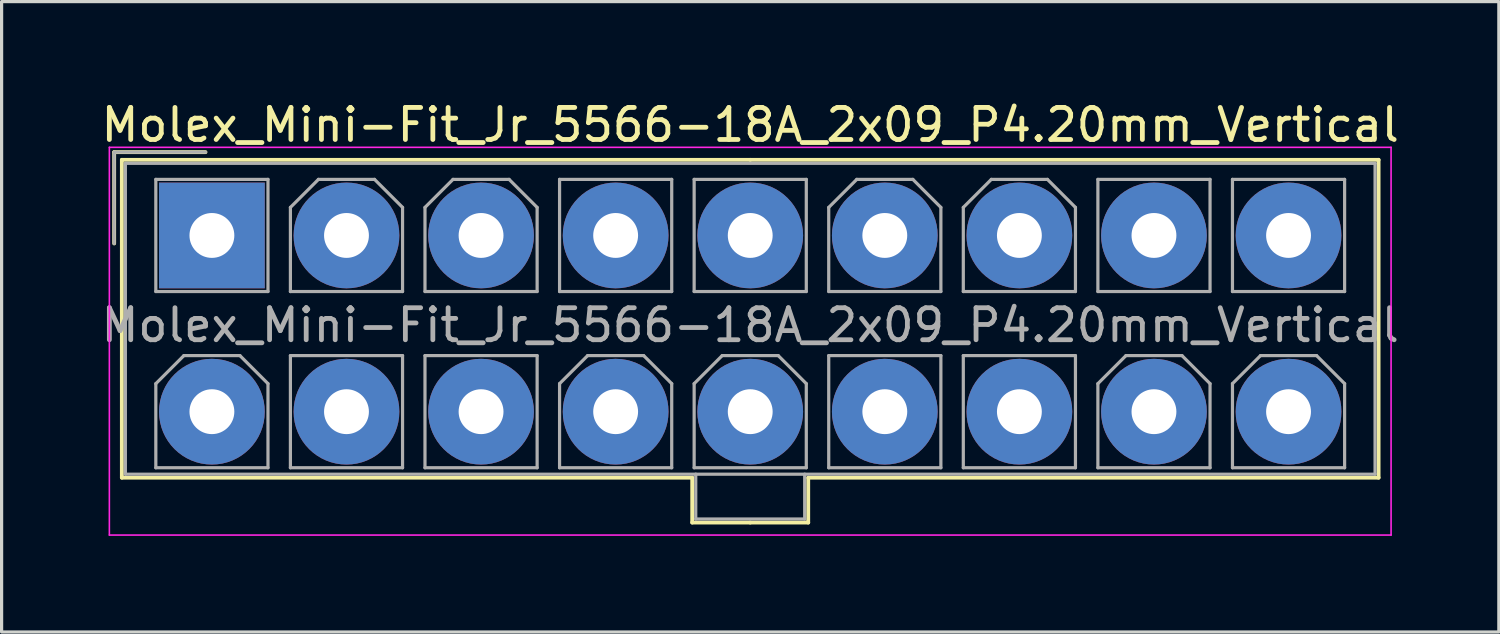
<source format=kicad_pcb>
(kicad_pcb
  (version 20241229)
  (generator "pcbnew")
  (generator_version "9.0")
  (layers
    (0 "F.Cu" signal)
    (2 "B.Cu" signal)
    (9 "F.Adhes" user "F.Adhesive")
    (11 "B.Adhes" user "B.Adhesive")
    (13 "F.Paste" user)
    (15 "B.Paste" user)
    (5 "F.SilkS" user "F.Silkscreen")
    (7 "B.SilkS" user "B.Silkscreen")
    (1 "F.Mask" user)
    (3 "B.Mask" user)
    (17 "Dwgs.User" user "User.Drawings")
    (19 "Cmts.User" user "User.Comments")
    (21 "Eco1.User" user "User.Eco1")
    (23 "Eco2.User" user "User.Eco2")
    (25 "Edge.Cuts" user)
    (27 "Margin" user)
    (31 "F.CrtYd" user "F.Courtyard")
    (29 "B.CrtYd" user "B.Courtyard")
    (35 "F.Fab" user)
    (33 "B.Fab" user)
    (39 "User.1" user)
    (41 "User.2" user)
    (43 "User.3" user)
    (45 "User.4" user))
  (footprint "Molex_Mini-Fit_Jr_5566-18A_2x09_P4.20mm_Vertical"
    (layer "F.Cu")
    (at 3.563 4.298)
    (property "Reference" "Molex_Mini-Fit_Jr_5566-18A_2x09_P4.20mm_Vertical" (at 16.8 -3.45 0) (layer "F.SilkS") (effects (font (size 1 1) (thickness 0.15))))
    (attr through_hole)
    (fp_line (start -3.05 -2.6) (end -3.05 0.25) (stroke (width 0.12) (type solid)) (layer "F.SilkS"))
    (fp_line (start -2.81 -2.36) (end -2.81 7.56) (stroke (width 0.12) (type solid)) (layer "F.SilkS"))
    (fp_line (start -2.81 7.56) (end 14.99 7.56) (stroke (width 0.12) (type solid)) (layer "F.SilkS"))
    (fp_line (start -0.2 -2.6) (end -3.05 -2.6) (stroke (width 0.12) (type solid)) (layer "F.SilkS"))
    (fp_line (start 14.99 7.56) (end 14.99 8.96) (stroke (width 0.12) (type solid)) (layer "F.SilkS"))
    (fp_line (start 14.99 8.96) (end 16.8 8.96) (stroke (width 0.12) (type solid)) (layer "F.SilkS"))
    (fp_line (start 16.8 -2.36) (end -2.81 -2.36) (stroke (width 0.12) (type solid)) (layer "F.SilkS"))
    (fp_line (start 16.8 -2.36) (end 36.41 -2.36) (stroke (width 0.12) (type solid)) (layer "F.SilkS"))
    (fp_line (start 18.61 7.56) (end 18.61 8.96) (stroke (width 0.12) (type solid)) (layer "F.SilkS"))
    (fp_line (start 18.61 8.96) (end 16.8 8.96) (stroke (width 0.12) (type solid)) (layer "F.SilkS"))
    (fp_line (start 36.41 -2.36) (end 36.41 7.56) (stroke (width 0.12) (type solid)) (layer "F.SilkS"))
    (fp_line (start 36.41 7.56) (end 18.61 7.56) (stroke (width 0.12) (type solid)) (layer "F.SilkS"))
    (fp_line (start -3.2 -2.75) (end -3.2 9.35) (stroke (width 0.05) (type solid)) (layer "F.CrtYd"))
    (fp_line (start -3.2 9.35) (end 36.8 9.35) (stroke (width 0.05) (type solid)) (layer "F.CrtYd"))
    (fp_line (start 36.8 -2.75) (end -3.2 -2.75) (stroke (width 0.05) (type solid)) (layer "F.CrtYd"))
    (fp_line (start 36.8 9.35) (end 36.8 -2.75) (stroke (width 0.05) (type solid)) (layer "F.CrtYd"))
    (fp_line (start -3.05 -2.6) (end -3.05 0.25) (stroke (width 0.1) (type solid)) (layer "F.Fab"))
    (fp_line (start -2.7 -2.25) (end -2.7 7.45) (stroke (width 0.1) (type solid)) (layer "F.Fab"))
    (fp_line (start -2.7 7.45) (end 36.3 7.45) (stroke (width 0.1) (type solid)) (layer "F.Fab"))
    (fp_line (start -1.75 -1.75) (end -1.75 1.75) (stroke (width 0.1) (type solid)) (layer "F.Fab"))
    (fp_line (start -1.75 1.75) (end 1.75 1.75) (stroke (width 0.1) (type solid)) (layer "F.Fab"))
    (fp_line (start -1.75 4.625) (end -0.875 3.75) (stroke (width 0.1) (type solid)) (layer "F.Fab"))
    (fp_line (start -1.75 7.25) (end -1.75 4.625) (stroke (width 0.1) (type solid)) (layer "F.Fab"))
    (fp_line (start -0.875 3.75) (end 0.875 3.75) (stroke (width 0.1) (type solid)) (layer "F.Fab"))
    (fp_line (start -0.2 -2.6) (end -3.05 -2.6) (stroke (width 0.1) (type solid)) (layer "F.Fab"))
    (fp_line (start 0.875 3.75) (end 1.75 4.625) (stroke (width 0.1) (type solid)) (layer "F.Fab"))
    (fp_line (start 1.75 -1.75) (end -1.75 -1.75) (stroke (width 0.1) (type solid)) (layer "F.Fab"))
    (fp_line (start 1.75 1.75) (end 1.75 -1.75) (stroke (width 0.1) (type solid)) (layer "F.Fab"))
    (fp_line (start 1.75 4.625) (end 1.75 7.25) (stroke (width 0.1) (type solid)) (layer "F.Fab"))
    (fp_line (start 1.75 7.25) (end -1.75 7.25) (stroke (width 0.1) (type solid)) (layer "F.Fab"))
    (fp_line (start 2.45 -0.875) (end 3.325 -1.75) (stroke (width 0.1) (type solid)) (layer "F.Fab"))
    (fp_line (start 2.45 1.75) (end 2.45 -0.875) (stroke (width 0.1) (type solid)) (layer "F.Fab"))
    (fp_line (start 2.45 3.75) (end 2.45 7.25) (stroke (width 0.1) (type solid)) (layer "F.Fab"))
    (fp_line (start 2.45 7.25) (end 5.95 7.25) (stroke (width 0.1) (type solid)) (layer "F.Fab"))
    (fp_line (start 3.325 -1.75) (end 5.075 -1.75) (stroke (width 0.1) (type solid)) (layer "F.Fab"))
    (fp_line (start 5.075 -1.75) (end 5.95 -0.875) (stroke (width 0.1) (type solid)) (layer "F.Fab"))
    (fp_line (start 5.95 -0.875) (end 5.95 1.75) (stroke (width 0.1) (type solid)) (layer "F.Fab"))
    (fp_line (start 5.95 1.75) (end 2.45 1.75) (stroke (width 0.1) (type solid)) (layer "F.Fab"))
    (fp_line (start 5.95 3.75) (end 2.45 3.75) (stroke (width 0.1) (type solid)) (layer "F.Fab"))
    (fp_line (start 5.95 7.25) (end 5.95 3.75) (stroke (width 0.1) (type solid)) (layer "F.Fab"))
    (fp_line (start 6.65 -0.875) (end 7.525 -1.75) (stroke (width 0.1) (type solid)) (layer "F.Fab"))
    (fp_line (start 6.65 1.75) (end 6.65 -0.875) (stroke (width 0.1) (type solid)) (layer "F.Fab"))
    (fp_line (start 6.65 3.75) (end 6.65 7.25) (stroke (width 0.1) (type solid)) (layer "F.Fab"))
    (fp_line (start 6.65 7.25) (end 10.15 7.25) (stroke (width 0.1) (type solid)) (layer "F.Fab"))
    (fp_line (start 7.525 -1.75) (end 9.275 -1.75) (stroke (width 0.1) (type solid)) (layer "F.Fab"))
    (fp_line (start 9.275 -1.75) (end 10.15 -0.875) (stroke (width 0.1) (type solid)) (layer "F.Fab"))
    (fp_line (start 10.15 -0.875) (end 10.15 1.75) (stroke (width 0.1) (type solid)) (layer "F.Fab"))
    (fp_line (start 10.15 1.75) (end 6.65 1.75) (stroke (width 0.1) (type solid)) (layer "F.Fab"))
    (fp_line (start 10.15 3.75) (end 6.65 3.75) (stroke (width 0.1) (type solid)) (layer "F.Fab"))
    (fp_line (start 10.15 7.25) (end 10.15 3.75) (stroke (width 0.1) (type solid)) (layer "F.Fab"))
    (fp_line (start 10.85 -1.75) (end 10.85 1.75) (stroke (width 0.1) (type solid)) (layer "F.Fab"))
    (fp_line (start 10.85 1.75) (end 14.35 1.75) (stroke (width 0.1) (type solid)) (layer "F.Fab"))
    (fp_line (start 10.85 4.625) (end 11.725 3.75) (stroke (width 0.1) (type solid)) (layer "F.Fab"))
    (fp_line (start 10.85 7.25) (end 10.85 4.625) (stroke (width 0.1) (type solid)) (layer "F.Fab"))
    (fp_line (start 11.725 3.75) (end 13.475 3.75) (stroke (width 0.1) (type solid)) (layer "F.Fab"))
    (fp_line (start 13.475 3.75) (end 14.35 4.625) (stroke (width 0.1) (type solid)) (layer "F.Fab"))
    (fp_line (start 14.35 -1.75) (end 10.85 -1.75) (stroke (width 0.1) (type solid)) (layer "F.Fab"))
    (fp_line (start 14.35 1.75) (end 14.35 -1.75) (stroke (width 0.1) (type solid)) (layer "F.Fab"))
    (fp_line (start 14.35 4.625) (end 14.35 7.25) (stroke (width 0.1) (type solid)) (layer "F.Fab"))
    (fp_line (start 14.35 7.25) (end 10.85 7.25) (stroke (width 0.1) (type solid)) (layer "F.Fab"))
    (fp_line (start 15.05 -1.75) (end 15.05 1.75) (stroke (width 0.1) (type solid)) (layer "F.Fab"))
    (fp_line (start 15.05 1.75) (end 18.55 1.75) (stroke (width 0.1) (type solid)) (layer "F.Fab"))
    (fp_line (start 15.05 4.625) (end 15.925 3.75) (stroke (width 0.1) (type solid)) (layer "F.Fab"))
    (fp_line (start 15.05 7.25) (end 15.05 4.625) (stroke (width 0.1) (type solid)) (layer "F.Fab"))
    (fp_line (start 15.1 7.45) (end 15.1 8.85) (stroke (width 0.1) (type solid)) (layer "F.Fab"))
    (fp_line (start 15.1 8.85) (end 18.5 8.85) (stroke (width 0.1) (type solid)) (layer "F.Fab"))
    (fp_line (start 15.925 3.75) (end 17.675 3.75) (stroke (width 0.1) (type solid)) (layer "F.Fab"))
    (fp_line (start 17.675 3.75) (end 18.55 4.625) (stroke (width 0.1) (type solid)) (layer "F.Fab"))
    (fp_line (start 18.5 8.85) (end 18.5 7.45) (stroke (width 0.1) (type solid)) (layer "F.Fab"))
    (fp_line (start 18.55 -1.75) (end 15.05 -1.75) (stroke (width 0.1) (type solid)) (layer "F.Fab"))
    (fp_line (start 18.55 1.75) (end 18.55 -1.75) (stroke (width 0.1) (type solid)) (layer "F.Fab"))
    (fp_line (start 18.55 4.625) (end 18.55 7.25) (stroke (width 0.1) (type solid)) (layer "F.Fab"))
    (fp_line (start 18.55 7.25) (end 15.05 7.25) (stroke (width 0.1) (type solid)) (layer "F.Fab"))
    (fp_line (start 19.25 -0.875) (end 20.125 -1.75) (stroke (width 0.1) (type solid)) (layer "F.Fab"))
    (fp_line (start 19.25 1.75) (end 19.25 -0.875) (stroke (width 0.1) (type solid)) (layer "F.Fab"))
    (fp_line (start 19.25 3.75) (end 19.25 7.25) (stroke (width 0.1) (type solid)) (layer "F.Fab"))
    (fp_line (start 19.25 7.25) (end 22.75 7.25) (stroke (width 0.1) (type solid)) (layer "F.Fab"))
    (fp_line (start 20.125 -1.75) (end 21.875 -1.75) (stroke (width 0.1) (type solid)) (layer "F.Fab"))
    (fp_line (start 21.875 -1.75) (end 22.75 -0.875) (stroke (width 0.1) (type solid)) (layer "F.Fab"))
    (fp_line (start 22.75 -0.875) (end 22.75 1.75) (stroke (width 0.1) (type solid)) (layer "F.Fab"))
    (fp_line (start 22.75 1.75) (end 19.25 1.75) (stroke (width 0.1) (type solid)) (layer "F.Fab"))
    (fp_line (start 22.75 3.75) (end 19.25 3.75) (stroke (width 0.1) (type solid)) (layer "F.Fab"))
    (fp_line (start 22.75 7.25) (end 22.75 3.75) (stroke (width 0.1) (type solid)) (layer "F.Fab"))
    (fp_line (start 23.45 -0.875) (end 24.325 -1.75) (stroke (width 0.1) (type solid)) (layer "F.Fab"))
    (fp_line (start 23.45 1.75) (end 23.45 -0.875) (stroke (width 0.1) (type solid)) (layer "F.Fab"))
    (fp_line (start 23.45 3.75) (end 23.45 7.25) (stroke (width 0.1) (type solid)) (layer "F.Fab"))
    (fp_line (start 23.45 7.25) (end 26.95 7.25) (stroke (width 0.1) (type solid)) (layer "F.Fab"))
    (fp_line (start 24.325 -1.75) (end 26.075 -1.75) (stroke (width 0.1) (type solid)) (layer "F.Fab"))
    (fp_line (start 26.075 -1.75) (end 26.95 -0.875) (stroke (width 0.1) (type solid)) (layer "F.Fab"))
    (fp_line (start 26.95 -0.875) (end 26.95 1.75) (stroke (width 0.1) (type solid)) (layer "F.Fab"))
    (fp_line (start 26.95 1.75) (end 23.45 1.75) (stroke (width 0.1) (type solid)) (layer "F.Fab"))
    (fp_line (start 26.95 3.75) (end 23.45 3.75) (stroke (width 0.1) (type solid)) (layer "F.Fab"))
    (fp_line (start 26.95 7.25) (end 26.95 3.75) (stroke (width 0.1) (type solid)) (layer "F.Fab"))
    (fp_line (start 27.65 -1.75) (end 27.65 1.75) (stroke (width 0.1) (type solid)) (layer "F.Fab"))
    (fp_line (start 27.65 1.75) (end 31.15 1.75) (stroke (width 0.1) (type solid)) (layer "F.Fab"))
    (fp_line (start 27.65 4.625) (end 28.525 3.75) (stroke (width 0.1) (type solid)) (layer "F.Fab"))
    (fp_line (start 27.65 7.25) (end 27.65 4.625) (stroke (width 0.1) (type solid)) (layer "F.Fab"))
    (fp_line (start 28.525 3.75) (end 30.275 3.75) (stroke (width 0.1) (type solid)) (layer "F.Fab"))
    (fp_line (start 30.275 3.75) (end 31.15 4.625) (stroke (width 0.1) (type solid)) (layer "F.Fab"))
    (fp_line (start 31.15 -1.75) (end 27.65 -1.75) (stroke (width 0.1) (type solid)) (layer "F.Fab"))
    (fp_line (start 31.15 1.75) (end 31.15 -1.75) (stroke (width 0.1) (type solid)) (layer "F.Fab"))
    (fp_line (start 31.15 4.625) (end 31.15 7.25) (stroke (width 0.1) (type solid)) (layer "F.Fab"))
    (fp_line (start 31.15 7.25) (end 27.65 7.25) (stroke (width 0.1) (type solid)) (layer "F.Fab"))
    (fp_line (start 31.85 -1.75) (end 31.85 1.75) (stroke (width 0.1) (type solid)) (layer "F.Fab"))
    (fp_line (start 31.85 1.75) (end 35.35 1.75) (stroke (width 0.1) (type solid)) (layer "F.Fab"))
    (fp_line (start 31.85 4.625) (end 32.725 3.75) (stroke (width 0.1) (type solid)) (layer "F.Fab"))
    (fp_line (start 31.85 7.25) (end 31.85 4.625) (stroke (width 0.1) (type solid)) (layer "F.Fab"))
    (fp_line (start 32.725 3.75) (end 34.475 3.75) (stroke (width 0.1) (type solid)) (layer "F.Fab"))
    (fp_line (start 34.475 3.75) (end 35.35 4.625) (stroke (width 0.1) (type solid)) (layer "F.Fab"))
    (fp_line (start 35.35 -1.75) (end 31.85 -1.75) (stroke (width 0.1) (type solid)) (layer "F.Fab"))
    (fp_line (start 35.35 1.75) (end 35.35 -1.75) (stroke (width 0.1) (type solid)) (layer "F.Fab"))
    (fp_line (start 35.35 4.625) (end 35.35 7.25) (stroke (width 0.1) (type solid)) (layer "F.Fab"))
    (fp_line (start 35.35 7.25) (end 31.85 7.25) (stroke (width 0.1) (type solid)) (layer "F.Fab"))
    (fp_line (start 36.3 -2.25) (end -2.7 -2.25) (stroke (width 0.1) (type solid)) (layer "F.Fab"))
    (fp_line (start 36.3 7.45) (end 36.3 -2.25) (stroke (width 0.1) (type solid)) (layer "F.Fab"))
    (fp_text user "${REFERENCE}" (at 16.8 2.8 0) (layer "F.Fab") (effects (font (size 1 1) (thickness 0.15))))
    (pad "1" thru_hole rect (at 0 0) (size 3.3 3.3) (drill 1.4) (layers "*.Cu" "*.Mask"))
    (pad "2" thru_hole circle (at 4.2 0) (size 3.3 3.3) (drill 1.4) (layers "*.Cu" "*.Mask"))
    (pad "3" thru_hole circle (at 8.4 0) (size 3.3 3.3) (drill 1.4) (layers "*.Cu" "*.Mask"))
    (pad "4" thru_hole circle (at 12.6 0) (size 3.3 3.3) (drill 1.4) (layers "*.Cu" "*.Mask"))
    (pad "5" thru_hole circle (at 16.8 0) (size 3.3 3.3) (drill 1.4) (layers "*.Cu" "*.Mask"))
    (pad "6" thru_hole circle (at 21 0) (size 3.3 3.3) (drill 1.4) (layers "*.Cu" "*.Mask"))
    (pad "7" thru_hole circle (at 25.2 0) (size 3.3 3.3) (drill 1.4) (layers "*.Cu" "*.Mask"))
    (pad "8" thru_hole circle (at 29.4 0) (size 3.3 3.3) (drill 1.4) (layers "*.Cu" "*.Mask"))
    (pad "9" thru_hole circle (at 33.6 0) (size 3.3 3.3) (drill 1.4) (layers "*.Cu" "*.Mask"))
    (pad "10" thru_hole circle (at 0 5.5) (size 3.3 3.3) (drill 1.4) (layers "*.Cu" "*.Mask"))
    (pad "11" thru_hole circle (at 4.2 5.5) (size 3.3 3.3) (drill 1.4) (layers "*.Cu" "*.Mask"))
    (pad "12" thru_hole circle (at 8.4 5.5) (size 3.3 3.3) (drill 1.4) (layers "*.Cu" "*.Mask"))
    (pad "13" thru_hole circle (at 12.6 5.5) (size 3.3 3.3) (drill 1.4) (layers "*.Cu" "*.Mask"))
    (pad "14" thru_hole circle (at 16.8 5.5) (size 3.3 3.3) (drill 1.4) (layers "*.Cu" "*.Mask"))
    (pad "15" thru_hole circle (at 21 5.5) (size 3.3 3.3) (drill 1.4) (layers "*.Cu" "*.Mask"))
    (pad "16" thru_hole circle (at 25.2 5.5) (size 3.3 3.3) (drill 1.4) (layers "*.Cu" "*.Mask"))
    (pad "17" thru_hole circle (at 29.4 5.5) (size 3.3 3.3) (drill 1.4) (layers "*.Cu" "*.Mask"))
    (pad "18" thru_hole circle (at 33.6 5.5) (size 3.3 3.3) (drill 1.4) (layers "*.Cu" "*.Mask")))
  (gr_rect
    (start -3 -3)
    (end 43.726 16.673)
    (stroke (width 0.1) (type default))
    (fill no)
    (layer "Edge.Cuts")))
</source>
